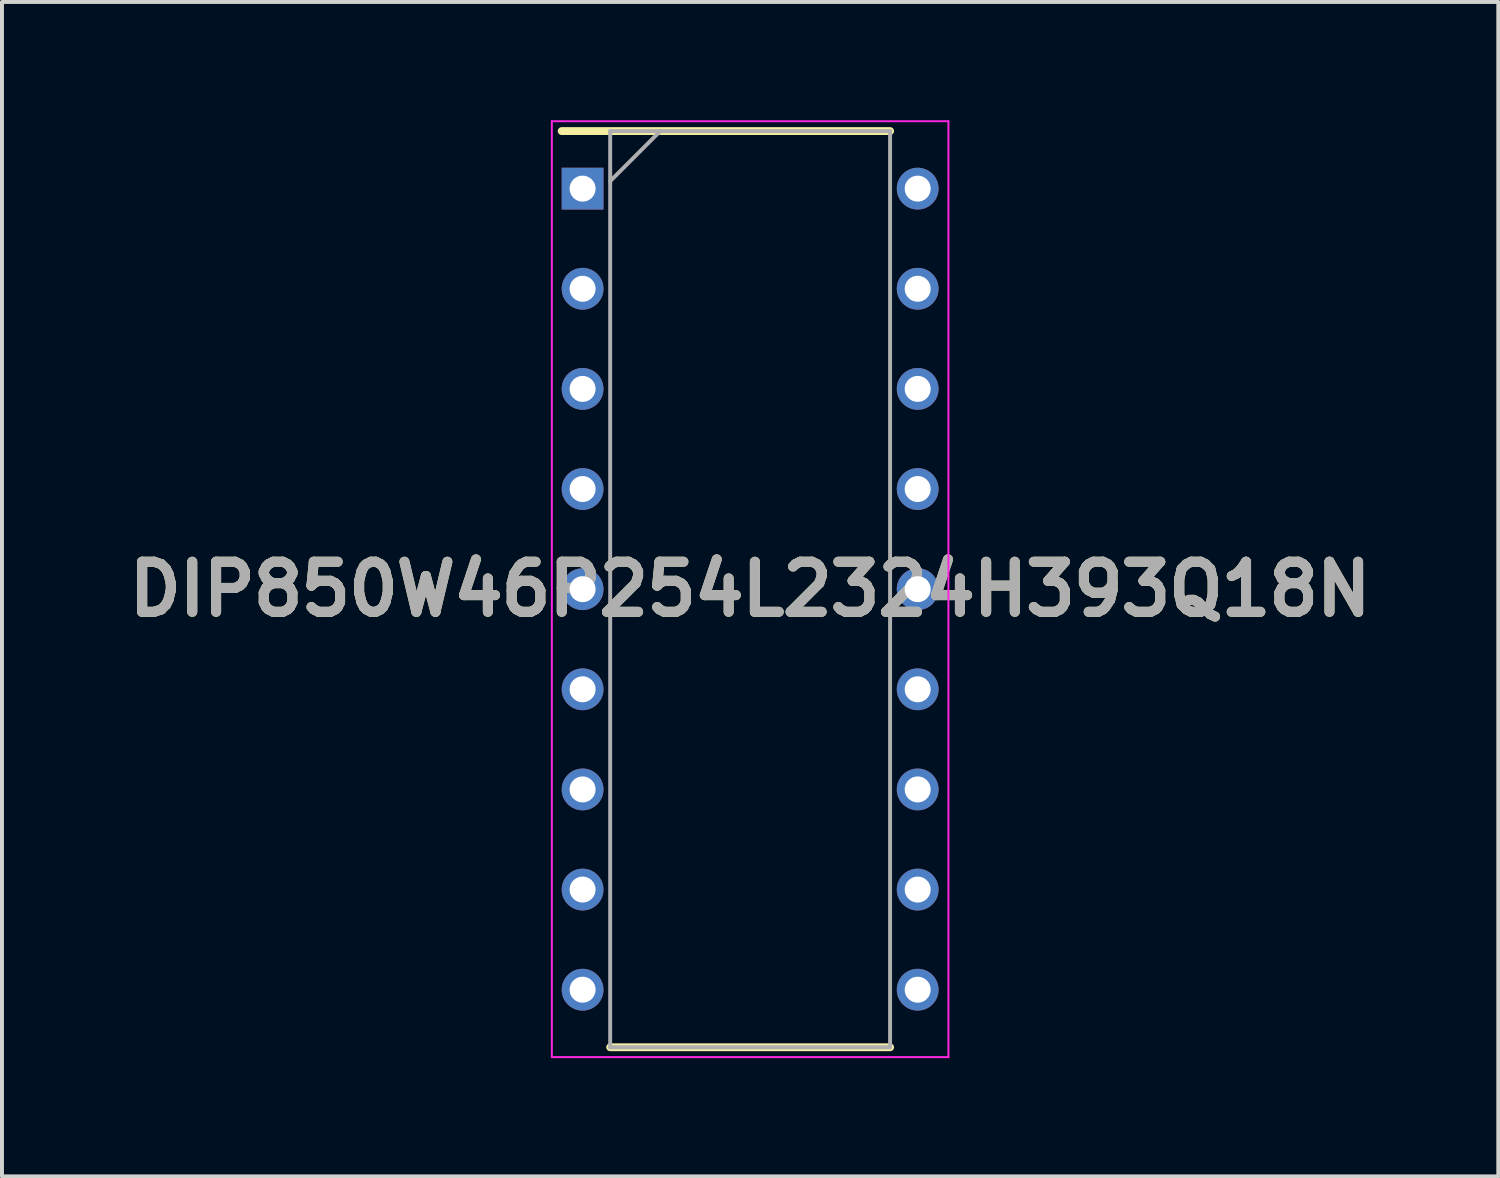
<source format=kicad_pcb>
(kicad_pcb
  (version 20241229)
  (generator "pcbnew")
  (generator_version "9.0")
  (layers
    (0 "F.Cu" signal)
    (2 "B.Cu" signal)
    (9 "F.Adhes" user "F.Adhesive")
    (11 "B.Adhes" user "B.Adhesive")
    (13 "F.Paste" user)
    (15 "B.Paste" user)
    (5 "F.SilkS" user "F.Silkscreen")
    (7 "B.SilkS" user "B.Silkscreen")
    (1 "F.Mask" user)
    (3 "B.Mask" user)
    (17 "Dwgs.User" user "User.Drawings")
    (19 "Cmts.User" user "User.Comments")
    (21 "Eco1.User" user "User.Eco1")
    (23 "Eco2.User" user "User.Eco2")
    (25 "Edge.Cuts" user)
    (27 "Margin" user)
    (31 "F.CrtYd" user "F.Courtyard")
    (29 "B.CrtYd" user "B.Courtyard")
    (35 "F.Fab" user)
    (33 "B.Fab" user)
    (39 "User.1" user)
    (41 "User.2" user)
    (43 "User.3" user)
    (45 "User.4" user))
  (footprint "DIP850W46P254L2324H393Q18N"
    (layer "F.Cu")
    (at 15.978 11.895)
    (property "Reference" "DIP850W46P254L2324H393Q18N" (at 0 0 0) (layer "F.SilkS") (effects (font (size 1.27 1.27) (thickness 0.254))))
    (attr through_hole)
    (fp_line (start -4.78 -11.62) (end 3.55 -11.62) (stroke (width 0.2) (type solid)) (layer "F.SilkS"))
    (fp_line (start -3.55 11.62) (end 3.55 11.62) (stroke (width 0.2) (type solid)) (layer "F.SilkS"))
    (fp_line (start -5.03 -11.87) (end 5.03 -11.87) (stroke (width 0.05) (type solid)) (layer "F.CrtYd"))
    (fp_line (start -5.03 11.87) (end -5.03 -11.87) (stroke (width 0.05) (type solid)) (layer "F.CrtYd"))
    (fp_line (start 5.03 -11.87) (end 5.03 11.87) (stroke (width 0.05) (type solid)) (layer "F.CrtYd"))
    (fp_line (start 5.03 11.87) (end -5.03 11.87) (stroke (width 0.05) (type solid)) (layer "F.CrtYd"))
    (fp_line (start -3.55 -11.62) (end 3.55 -11.62) (stroke (width 0.1) (type solid)) (layer "F.Fab"))
    (fp_line (start -3.55 -10.35) (end -2.28 -11.62) (stroke (width 0.1) (type solid)) (layer "F.Fab"))
    (fp_line (start -3.55 11.62) (end -3.55 -11.62) (stroke (width 0.1) (type solid)) (layer "F.Fab"))
    (fp_line (start 3.55 -11.62) (end 3.55 11.62) (stroke (width 0.1) (type solid)) (layer "F.Fab"))
    (fp_line (start 3.55 11.62) (end -3.55 11.62) (stroke (width 0.1) (type solid)) (layer "F.Fab"))
    (fp_text user "${REFERENCE}" (at 0 0 0) (layer "F.Fab") (effects (font (size 1.27 1.27) (thickness 0.254))))
    (pad "1" thru_hole rect (at -4.25 -10.16) (size 1.06 1.06) (drill 0.66) (layers "*.Cu" "*.Mask"))
    (pad "2" thru_hole circle (at -4.25 -7.62) (size 1.06 1.06) (drill 0.66) (layers "*.Cu" "*.Mask"))
    (pad "3" thru_hole circle (at -4.25 -5.08) (size 1.06 1.06) (drill 0.66) (layers "*.Cu" "*.Mask"))
    (pad "4" thru_hole circle (at -4.25 -2.54) (size 1.06 1.06) (drill 0.66) (layers "*.Cu" "*.Mask"))
    (pad "5" thru_hole circle (at -4.25 0) (size 1.06 1.06) (drill 0.66) (layers "*.Cu" "*.Mask"))
    (pad "6" thru_hole circle (at -4.25 2.54) (size 1.06 1.06) (drill 0.66) (layers "*.Cu" "*.Mask"))
    (pad "7" thru_hole circle (at -4.25 5.08) (size 1.06 1.06) (drill 0.66) (layers "*.Cu" "*.Mask"))
    (pad "8" thru_hole circle (at -4.25 7.62) (size 1.06 1.06) (drill 0.66) (layers "*.Cu" "*.Mask"))
    (pad "9" thru_hole circle (at -4.25 10.16) (size 1.06 1.06) (drill 0.66) (layers "*.Cu" "*.Mask"))
    (pad "10" thru_hole circle (at 4.25 10.16) (size 1.06 1.06) (drill 0.66) (layers "*.Cu" "*.Mask"))
    (pad "11" thru_hole circle (at 4.25 7.62) (size 1.06 1.06) (drill 0.66) (layers "*.Cu" "*.Mask"))
    (pad "12" thru_hole circle (at 4.25 5.08) (size 1.06 1.06) (drill 0.66) (layers "*.Cu" "*.Mask"))
    (pad "13" thru_hole circle (at 4.25 2.54) (size 1.06 1.06) (drill 0.66) (layers "*.Cu" "*.Mask"))
    (pad "14" thru_hole circle (at 4.25 0) (size 1.06 1.06) (drill 0.66) (layers "*.Cu" "*.Mask"))
    (pad "15" thru_hole circle (at 4.25 -2.54) (size 1.06 1.06) (drill 0.66) (layers "*.Cu" "*.Mask"))
    (pad "16" thru_hole circle (at 4.25 -5.08) (size 1.06 1.06) (drill 0.66) (layers "*.Cu" "*.Mask"))
    (pad "17" thru_hole circle (at 4.25 -7.62) (size 1.06 1.06) (drill 0.66) (layers "*.Cu" "*.Mask"))
    (pad "18" thru_hole circle (at 4.25 -10.16) (size 1.06 1.06) (drill 0.66) (layers "*.Cu" "*.Mask")))
  (gr_rect
    (start -3 -3)
    (end 34.956 26.79)
    (stroke (width 0.1) (type default))
    (fill no)
    (layer "Edge.Cuts")))
</source>
